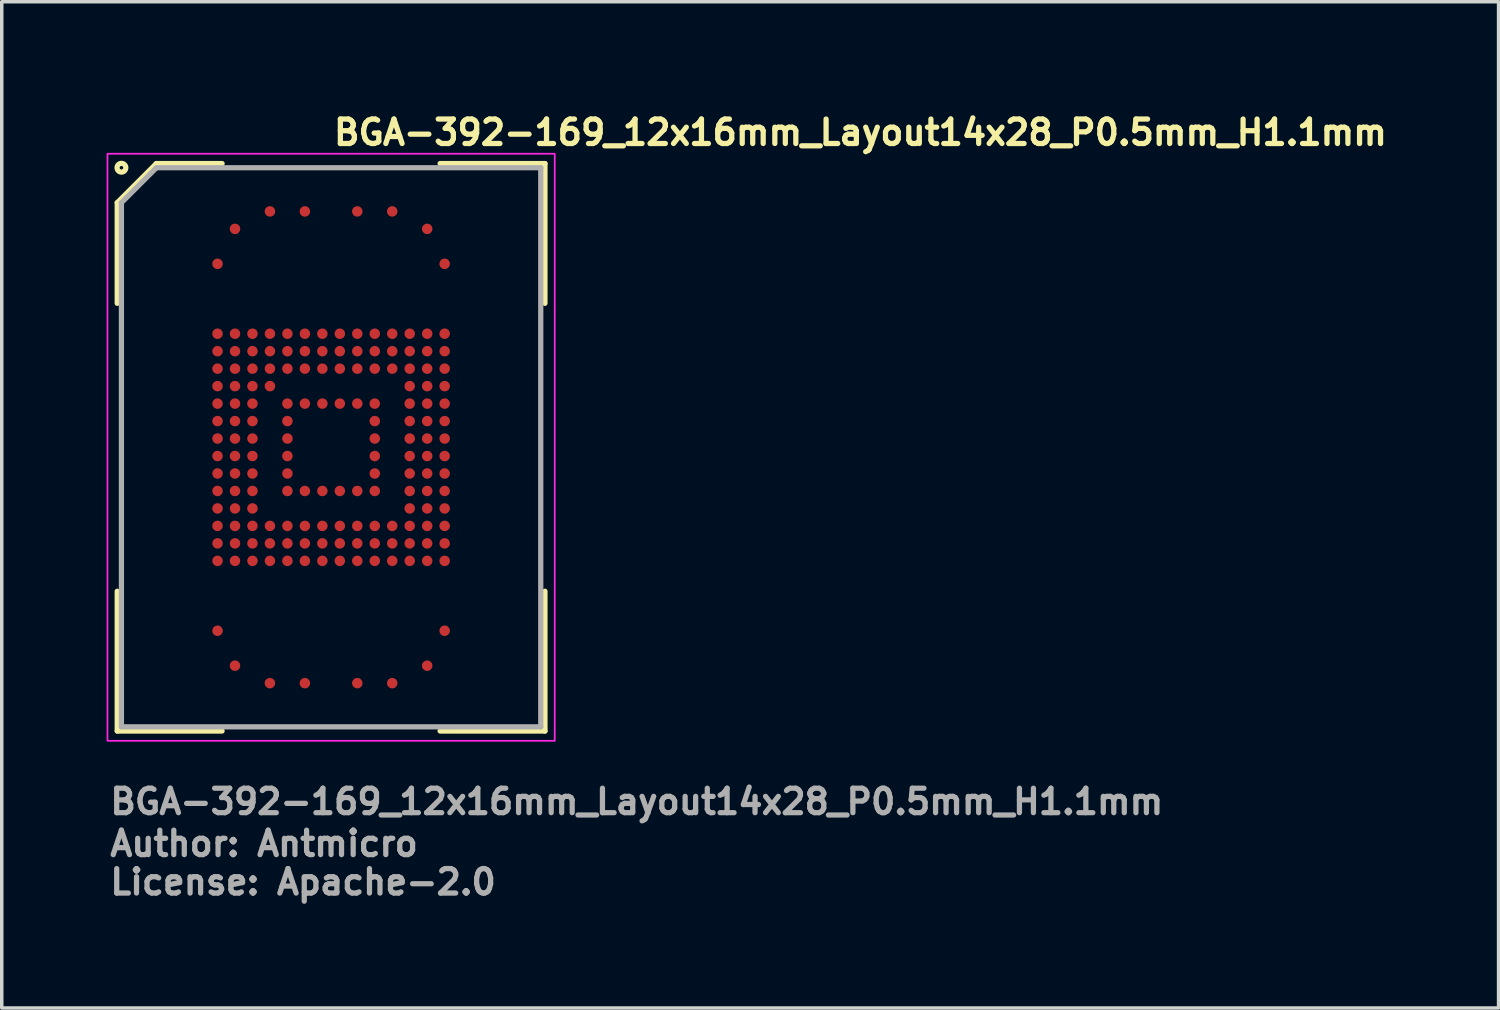
<source format=kicad_pcb>
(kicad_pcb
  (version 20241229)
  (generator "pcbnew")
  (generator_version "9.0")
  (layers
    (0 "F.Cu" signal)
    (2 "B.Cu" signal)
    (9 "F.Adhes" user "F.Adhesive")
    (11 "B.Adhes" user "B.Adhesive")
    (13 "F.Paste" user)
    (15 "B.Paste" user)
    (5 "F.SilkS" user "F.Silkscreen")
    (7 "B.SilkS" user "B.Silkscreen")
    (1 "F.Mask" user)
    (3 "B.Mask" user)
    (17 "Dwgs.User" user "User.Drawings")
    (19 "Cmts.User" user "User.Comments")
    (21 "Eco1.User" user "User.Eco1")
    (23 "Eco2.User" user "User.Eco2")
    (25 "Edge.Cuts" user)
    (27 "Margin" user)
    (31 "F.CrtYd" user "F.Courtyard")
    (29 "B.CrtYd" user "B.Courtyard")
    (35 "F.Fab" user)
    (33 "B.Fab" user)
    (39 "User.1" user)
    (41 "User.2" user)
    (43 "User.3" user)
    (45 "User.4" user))
  (footprint "BGA-392-169_12x16mm_Layout14x28_P0.5mm_H1.1mm"
    (layer "F.Cu")
    (at 6.425 9.75)
    (property "Reference" "BGA-392-169_12x16mm_Layout14x28_P0.5mm_H1.1mm" (at 0 -8.6 0) (layer "F.SilkS") (effects (font (size 0.7 0.7) (thickness 0.15)) (justify left bottom)))
    (attr smd)
    (fp_line (start -6.12 -7) (end -6.12 -4.12) (stroke (width 0.15) (type solid)) (layer "F.SilkS"))
    (fp_line (start -6.12 8.12) (end -6.12 4.12) (stroke (width 0.15) (type solid)) (layer "F.SilkS"))
    (fp_line (start -5 -8.12) (end -6.12 -7) (stroke (width 0.15) (type solid)) (layer "F.SilkS"))
    (fp_line (start -3.12 -8.12) (end -5 -8.12) (stroke (width 0.15) (type solid)) (layer "F.SilkS"))
    (fp_line (start -3.12 8.12) (end -6.12 8.12) (stroke (width 0.15) (type solid)) (layer "F.SilkS"))
    (fp_line (start 3.12 -8.12) (end 6.12 -8.12) (stroke (width 0.15) (type solid)) (layer "F.SilkS"))
    (fp_line (start 3.12 8.12) (end 6.12 8.12) (stroke (width 0.15) (type solid)) (layer "F.SilkS"))
    (fp_line (start 6.12 -8.12) (end 6.12 -4.12) (stroke (width 0.15) (type solid)) (layer "F.SilkS"))
    (fp_line (start 6.12 8.12) (end 6.12 4.12) (stroke (width 0.15) (type solid)) (layer "F.SilkS"))
    (fp_circle (center -6 -8) (end -5.95 -8) (stroke (width 0.15) (type solid)) (fill no) (layer "F.SilkS"))
    (fp_rect (start -6.4 -8.4) (end 6.4 8.4) (stroke (width 0.05) (type solid)) (fill no) (layer "F.CrtYd"))
    (fp_line (start -6 -7) (end -6 8) (stroke (width 0.15) (type solid)) (layer "F.Fab"))
    (fp_line (start -6 8) (end 6 8) (stroke (width 0.15) (type solid)) (layer "F.Fab"))
    (fp_line (start -5 -8) (end -6 -7) (stroke (width 0.15) (type solid)) (layer "F.Fab"))
    (fp_line (start 6 -8) (end -5 -8) (stroke (width 0.15) (type solid)) (layer "F.Fab"))
    (fp_line (start 6 8) (end 6 -8) (stroke (width 0.15) (type solid)) (layer "F.Fab"))
    (fp_line (start -6 -8) (end -6 8) (stroke (width 0.1) (type solid)) (layer "User.5"))
    (fp_line (start 6 -8) (end -6 -8) (stroke (width 0.1) (type solid)) (layer "User.5"))
    (fp_line (start 6 -8) (end 6 8) (stroke (width 0.1) (type solid)) (layer "User.5"))
    (fp_line (start 6 8) (end -6 8) (stroke (width 0.1) (type solid)) (layer "User.5"))
    (fp_rect (start -6 -8) (end 6 8) (stroke (width 0.1) (type solid)) (fill no) (layer "User.5"))
    (fp_line (start -6 -8) (end -6 8) (stroke (width 0.02) (type solid)) (layer "User.9"))
    (fp_line (start 6 -8) (end -6 -8) (stroke (width 0.02) (type solid)) (layer "User.9"))
    (fp_line (start 6 -8) (end 6 8) (stroke (width 0.02) (type solid)) (layer "User.9"))
    (fp_line (start 6 8) (end -6 8) (stroke (width 0.02) (type solid)) (layer "User.9"))
    (fp_text user "Author: Antmicro" (at -6.4 11.75 0) (layer "F.Fab") (effects (font (size 0.7 0.7) (thickness 0.15)) (justify left bottom)))
    (fp_text user "${REFERENCE}" (at -6.4 10.55 0) (layer "F.Fab") (effects (font (size 0.7 0.7) (thickness 0.15)) (justify left bottom)))
    (fp_text user "License: Apache-2.0" (at -6.4 12.85 0) (layer "F.Fab") (effects (font (size 0.7 0.7) (thickness 0.15)) (justify left bottom)))
    (pad "A4" smd circle (at -1.75 -6.75) (size 0.3 0.3) (layers "F.Cu" "F.Mask" "F.Paste"))
    (pad "A6" smd circle (at -0.75 -6.75) (size 0.3 0.3) (layers "F.Cu" "F.Mask" "F.Paste"))
    (pad "A9" smd circle (at 0.75 -6.75) (size 0.3 0.3) (layers "F.Cu" "F.Mask" "F.Paste"))
    (pad "A11" smd circle (at 1.75 -6.75) (size 0.3 0.3) (layers "F.Cu" "F.Mask" "F.Paste"))
    (pad "AA1" smd circle (at -3.25 3.25) (size 0.3 0.3) (layers "F.Cu" "F.Mask" "F.Paste"))
    (pad "AA2" smd circle (at -2.75 3.25) (size 0.3 0.3) (layers "F.Cu" "F.Mask" "F.Paste"))
    (pad "AA3" smd circle (at -2.25 3.25) (size 0.3 0.3) (layers "F.Cu" "F.Mask" "F.Paste"))
    (pad "AA4" smd circle (at -1.75 3.25) (size 0.3 0.3) (layers "F.Cu" "F.Mask" "F.Paste"))
    (pad "AA5" smd circle (at -1.25 3.25) (size 0.3 0.3) (layers "F.Cu" "F.Mask" "F.Paste"))
    (pad "AA6" smd circle (at -0.75 3.25) (size 0.3 0.3) (layers "F.Cu" "F.Mask" "F.Paste"))
    (pad "AA7" smd circle (at -0.25 3.25) (size 0.3 0.3) (layers "F.Cu" "F.Mask" "F.Paste"))
    (pad "AA8" smd circle (at 0.25 3.25) (size 0.3 0.3) (layers "F.Cu" "F.Mask" "F.Paste"))
    (pad "AA9" smd circle (at 0.75 3.25) (size 0.3 0.3) (layers "F.Cu" "F.Mask" "F.Paste"))
    (pad "AA10" smd circle (at 1.25 3.25) (size 0.3 0.3) (layers "F.Cu" "F.Mask" "F.Paste"))
    (pad "AA11" smd circle (at 1.75 3.25) (size 0.3 0.3) (layers "F.Cu" "F.Mask" "F.Paste"))
    (pad "AA12" smd circle (at 2.25 3.25) (size 0.3 0.3) (layers "F.Cu" "F.Mask" "F.Paste"))
    (pad "AA13" smd circle (at 2.75 3.25) (size 0.3 0.3) (layers "F.Cu" "F.Mask" "F.Paste"))
    (pad "AA14" smd circle (at 3.25 3.25) (size 0.3 0.3) (layers "F.Cu" "F.Mask" "F.Paste"))
    (pad "AE1" smd circle (at -3.25 5.25) (size 0.3 0.3) (layers "F.Cu" "F.Mask" "F.Paste"))
    (pad "AE14" smd circle (at 3.25 5.25) (size 0.3 0.3) (layers "F.Cu" "F.Mask" "F.Paste"))
    (pad "AG2" smd circle (at -2.75 6.25) (size 0.3 0.3) (layers "F.Cu" "F.Mask" "F.Paste"))
    (pad "AG13" smd circle (at 2.75 6.25) (size 0.3 0.3) (layers "F.Cu" "F.Mask" "F.Paste"))
    (pad "AH4" smd circle (at -1.75 6.75) (size 0.3 0.3) (layers "F.Cu" "F.Mask" "F.Paste"))
    (pad "AH6" smd circle (at -0.75 6.75) (size 0.3 0.3) (layers "F.Cu" "F.Mask" "F.Paste"))
    (pad "AH9" smd circle (at 0.75 6.75) (size 0.3 0.3) (layers "F.Cu" "F.Mask" "F.Paste"))
    (pad "AH11" smd circle (at 1.75 6.75) (size 0.3 0.3) (layers "F.Cu" "F.Mask" "F.Paste"))
    (pad "B2" smd circle (at -2.75 -6.25) (size 0.3 0.3) (layers "F.Cu" "F.Mask" "F.Paste"))
    (pad "B13" smd circle (at 2.75 -6.25) (size 0.3 0.3) (layers "F.Cu" "F.Mask" "F.Paste"))
    (pad "D1" smd circle (at -3.25 -5.25) (size 0.3 0.3) (layers "F.Cu" "F.Mask" "F.Paste"))
    (pad "D14" smd circle (at 3.25 -5.25) (size 0.3 0.3) (layers "F.Cu" "F.Mask" "F.Paste"))
    (pad "H1" smd circle (at -3.25 -3.25) (size 0.3 0.3) (layers "F.Cu" "F.Mask" "F.Paste"))
    (pad "H2" smd circle (at -2.75 -3.25) (size 0.3 0.3) (layers "F.Cu" "F.Mask" "F.Paste"))
    (pad "H3" smd circle (at -2.25 -3.25) (size 0.3 0.3) (layers "F.Cu" "F.Mask" "F.Paste"))
    (pad "H4" smd circle (at -1.75 -3.25) (size 0.3 0.3) (layers "F.Cu" "F.Mask" "F.Paste"))
    (pad "H5" smd circle (at -1.25 -3.25) (size 0.3 0.3) (layers "F.Cu" "F.Mask" "F.Paste"))
    (pad "H6" smd circle (at -0.75 -3.25) (size 0.3 0.3) (layers "F.Cu" "F.Mask" "F.Paste"))
    (pad "H7" smd circle (at -0.25 -3.25) (size 0.3 0.3) (layers "F.Cu" "F.Mask" "F.Paste"))
    (pad "H8" smd circle (at 0.25 -3.25) (size 0.3 0.3) (layers "F.Cu" "F.Mask" "F.Paste"))
    (pad "H9" smd circle (at 0.75 -3.25) (size 0.3 0.3) (layers "F.Cu" "F.Mask" "F.Paste"))
    (pad "H10" smd circle (at 1.25 -3.25) (size 0.3 0.3) (layers "F.Cu" "F.Mask" "F.Paste"))
    (pad "H11" smd circle (at 1.75 -3.25) (size 0.3 0.3) (layers "F.Cu" "F.Mask" "F.Paste"))
    (pad "H12" smd circle (at 2.25 -3.25) (size 0.3 0.3) (layers "F.Cu" "F.Mask" "F.Paste"))
    (pad "H13" smd circle (at 2.75 -3.25) (size 0.3 0.3) (layers "F.Cu" "F.Mask" "F.Paste"))
    (pad "H14" smd circle (at 3.25 -3.25) (size 0.3 0.3) (layers "F.Cu" "F.Mask" "F.Paste"))
    (pad "J1" smd circle (at -3.25 -2.75) (size 0.3 0.3) (layers "F.Cu" "F.Mask" "F.Paste"))
    (pad "J2" smd circle (at -2.75 -2.75) (size 0.3 0.3) (layers "F.Cu" "F.Mask" "F.Paste"))
    (pad "J3" smd circle (at -2.25 -2.75) (size 0.3 0.3) (layers "F.Cu" "F.Mask" "F.Paste"))
    (pad "J4" smd circle (at -1.75 -2.75) (size 0.3 0.3) (layers "F.Cu" "F.Mask" "F.Paste"))
    (pad "J5" smd circle (at -1.25 -2.75) (size 0.3 0.3) (layers "F.Cu" "F.Mask" "F.Paste"))
    (pad "J6" smd circle (at -0.75 -2.75) (size 0.3 0.3) (layers "F.Cu" "F.Mask" "F.Paste"))
    (pad "J7" smd circle (at -0.25 -2.75) (size 0.3 0.3) (layers "F.Cu" "F.Mask" "F.Paste"))
    (pad "J8" smd circle (at 0.25 -2.75) (size 0.3 0.3) (layers "F.Cu" "F.Mask" "F.Paste"))
    (pad "J9" smd circle (at 0.75 -2.75) (size 0.3 0.3) (layers "F.Cu" "F.Mask" "F.Paste"))
    (pad "J10" smd circle (at 1.25 -2.75) (size 0.3 0.3) (layers "F.Cu" "F.Mask" "F.Paste"))
    (pad "J11" smd circle (at 1.75 -2.75) (size 0.3 0.3) (layers "F.Cu" "F.Mask" "F.Paste"))
    (pad "J12" smd circle (at 2.25 -2.75) (size 0.3 0.3) (layers "F.Cu" "F.Mask" "F.Paste"))
    (pad "J13" smd circle (at 2.75 -2.75) (size 0.3 0.3) (layers "F.Cu" "F.Mask" "F.Paste"))
    (pad "J14" smd circle (at 3.25 -2.75) (size 0.3 0.3) (layers "F.Cu" "F.Mask" "F.Paste"))
    (pad "K1" smd circle (at -3.25 -2.25) (size 0.3 0.3) (layers "F.Cu" "F.Mask" "F.Paste"))
    (pad "K2" smd circle (at -2.75 -2.25) (size 0.3 0.3) (layers "F.Cu" "F.Mask" "F.Paste"))
    (pad "K3" smd circle (at -2.25 -2.25) (size 0.3 0.3) (layers "F.Cu" "F.Mask" "F.Paste"))
    (pad "K4" smd circle (at -1.75 -2.25) (size 0.3 0.3) (layers "F.Cu" "F.Mask" "F.Paste"))
    (pad "K5" smd circle (at -1.25 -2.25) (size 0.3 0.3) (layers "F.Cu" "F.Mask" "F.Paste"))
    (pad "K6" smd circle (at -0.75 -2.25) (size 0.3 0.3) (layers "F.Cu" "F.Mask" "F.Paste"))
    (pad "K7" smd circle (at -0.25 -2.25) (size 0.3 0.3) (layers "F.Cu" "F.Mask" "F.Paste"))
    (pad "K8" smd circle (at 0.25 -2.25) (size 0.3 0.3) (layers "F.Cu" "F.Mask" "F.Paste"))
    (pad "K9" smd circle (at 0.75 -2.25) (size 0.3 0.3) (layers "F.Cu" "F.Mask" "F.Paste"))
    (pad "K10" smd circle (at 1.25 -2.25) (size 0.3 0.3) (layers "F.Cu" "F.Mask" "F.Paste"))
    (pad "K11" smd circle (at 1.75 -2.25) (size 0.3 0.3) (layers "F.Cu" "F.Mask" "F.Paste"))
    (pad "K12" smd circle (at 2.25 -2.25) (size 0.3 0.3) (layers "F.Cu" "F.Mask" "F.Paste"))
    (pad "K13" smd circle (at 2.75 -2.25) (size 0.3 0.3) (layers "F.Cu" "F.Mask" "F.Paste"))
    (pad "K14" smd circle (at 3.25 -2.25) (size 0.3 0.3) (layers "F.Cu" "F.Mask" "F.Paste"))
    (pad "L1" smd circle (at -3.25 -1.75) (size 0.3 0.3) (layers "F.Cu" "F.Mask" "F.Paste"))
    (pad "L2" smd circle (at -2.75 -1.75) (size 0.3 0.3) (layers "F.Cu" "F.Mask" "F.Paste"))
    (pad "L3" smd circle (at -2.25 -1.75) (size 0.3 0.3) (layers "F.Cu" "F.Mask" "F.Paste"))
    (pad "L4" smd circle (at -1.75 -1.75) (size 0.3 0.3) (layers "F.Cu" "F.Mask" "F.Paste"))
    (pad "L12" smd circle (at 2.25 -1.75) (size 0.3 0.3) (layers "F.Cu" "F.Mask" "F.Paste"))
    (pad "L13" smd circle (at 2.75 -1.75) (size 0.3 0.3) (layers "F.Cu" "F.Mask" "F.Paste"))
    (pad "L14" smd circle (at 3.25 -1.75) (size 0.3 0.3) (layers "F.Cu" "F.Mask" "F.Paste"))
    (pad "M1" smd circle (at -3.25 -1.25) (size 0.3 0.3) (layers "F.Cu" "F.Mask" "F.Paste"))
    (pad "M2" smd circle (at -2.75 -1.25) (size 0.3 0.3) (layers "F.Cu" "F.Mask" "F.Paste"))
    (pad "M3" smd circle (at -2.25 -1.25) (size 0.3 0.3) (layers "F.Cu" "F.Mask" "F.Paste"))
    (pad "M5" smd circle (at -1.25 -1.25) (size 0.3 0.3) (layers "F.Cu" "F.Mask" "F.Paste"))
    (pad "M6" smd circle (at -0.75 -1.25) (size 0.3 0.3) (layers "F.Cu" "F.Mask" "F.Paste"))
    (pad "M7" smd circle (at -0.25 -1.25) (size 0.3 0.3) (layers "F.Cu" "F.Mask" "F.Paste"))
    (pad "M8" smd circle (at 0.25 -1.25) (size 0.3 0.3) (layers "F.Cu" "F.Mask" "F.Paste"))
    (pad "M9" smd circle (at 0.75 -1.25) (size 0.3 0.3) (layers "F.Cu" "F.Mask" "F.Paste"))
    (pad "M10" smd circle (at 1.25 -1.25) (size 0.3 0.3) (layers "F.Cu" "F.Mask" "F.Paste"))
    (pad "M12" smd circle (at 2.25 -1.25) (size 0.3 0.3) (layers "F.Cu" "F.Mask" "F.Paste"))
    (pad "M13" smd circle (at 2.75 -1.25) (size 0.3 0.3) (layers "F.Cu" "F.Mask" "F.Paste"))
    (pad "M14" smd circle (at 3.25 -1.25) (size 0.3 0.3) (layers "F.Cu" "F.Mask" "F.Paste"))
    (pad "N1" smd circle (at -3.25 -0.75) (size 0.3 0.3) (layers "F.Cu" "F.Mask" "F.Paste"))
    (pad "N2" smd circle (at -2.75 -0.75) (size 0.3 0.3) (layers "F.Cu" "F.Mask" "F.Paste"))
    (pad "N3" smd circle (at -2.25 -0.75) (size 0.3 0.3) (layers "F.Cu" "F.Mask" "F.Paste"))
    (pad "N5" smd circle (at -1.25 -0.75) (size 0.3 0.3) (layers "F.Cu" "F.Mask" "F.Paste"))
    (pad "N10" smd circle (at 1.25 -0.75) (size 0.3 0.3) (layers "F.Cu" "F.Mask" "F.Paste"))
    (pad "N12" smd circle (at 2.25 -0.75) (size 0.3 0.3) (layers "F.Cu" "F.Mask" "F.Paste"))
    (pad "N13" smd circle (at 2.75 -0.75) (size 0.3 0.3) (layers "F.Cu" "F.Mask" "F.Paste"))
    (pad "N14" smd circle (at 3.25 -0.75) (size 0.3 0.3) (layers "F.Cu" "F.Mask" "F.Paste"))
    (pad "P1" smd circle (at -3.25 -0.25) (size 0.3 0.3) (layers "F.Cu" "F.Mask" "F.Paste"))
    (pad "P2" smd circle (at -2.75 -0.25) (size 0.3 0.3) (layers "F.Cu" "F.Mask" "F.Paste"))
    (pad "P3" smd circle (at -2.25 -0.25) (size 0.3 0.3) (layers "F.Cu" "F.Mask" "F.Paste"))
    (pad "P5" smd circle (at -1.25 -0.25) (size 0.3 0.3) (layers "F.Cu" "F.Mask" "F.Paste"))
    (pad "P10" smd circle (at 1.25 -0.25) (size 0.3 0.3) (layers "F.Cu" "F.Mask" "F.Paste"))
    (pad "P12" smd circle (at 2.25 -0.25) (size 0.3 0.3) (layers "F.Cu" "F.Mask" "F.Paste"))
    (pad "P13" smd circle (at 2.75 -0.25) (size 0.3 0.3) (layers "F.Cu" "F.Mask" "F.Paste"))
    (pad "P14" smd circle (at 3.25 -0.25) (size 0.3 0.3) (layers "F.Cu" "F.Mask" "F.Paste"))
    (pad "R1" smd circle (at -3.25 0.25) (size 0.3 0.3) (layers "F.Cu" "F.Mask" "F.Paste"))
    (pad "R2" smd circle (at -2.75 0.25) (size 0.3 0.3) (layers "F.Cu" "F.Mask" "F.Paste"))
    (pad "R3" smd circle (at -2.25 0.25) (size 0.3 0.3) (layers "F.Cu" "F.Mask" "F.Paste"))
    (pad "R5" smd circle (at -1.25 0.25) (size 0.3 0.3) (layers "F.Cu" "F.Mask" "F.Paste"))
    (pad "R10" smd circle (at 1.25 0.25) (size 0.3 0.3) (layers "F.Cu" "F.Mask" "F.Paste"))
    (pad "R12" smd circle (at 2.25 0.25) (size 0.3 0.3) (layers "F.Cu" "F.Mask" "F.Paste"))
    (pad "R13" smd circle (at 2.75 0.25) (size 0.3 0.3) (layers "F.Cu" "F.Mask" "F.Paste"))
    (pad "R14" smd circle (at 3.25 0.25) (size 0.3 0.3) (layers "F.Cu" "F.Mask" "F.Paste"))
    (pad "T1" smd circle (at -3.25 0.75) (size 0.3 0.3) (layers "F.Cu" "F.Mask" "F.Paste"))
    (pad "T2" smd circle (at -2.75 0.75) (size 0.3 0.3) (layers "F.Cu" "F.Mask" "F.Paste"))
    (pad "T3" smd circle (at -2.25 0.75) (size 0.3 0.3) (layers "F.Cu" "F.Mask" "F.Paste"))
    (pad "T5" smd circle (at -1.25 0.75) (size 0.3 0.3) (layers "F.Cu" "F.Mask" "F.Paste"))
    (pad "T10" smd circle (at 1.25 0.75) (size 0.3 0.3) (layers "F.Cu" "F.Mask" "F.Paste"))
    (pad "T12" smd circle (at 2.25 0.75) (size 0.3 0.3) (layers "F.Cu" "F.Mask" "F.Paste"))
    (pad "T13" smd circle (at 2.75 0.75) (size 0.3 0.3) (layers "F.Cu" "F.Mask" "F.Paste"))
    (pad "T14" smd circle (at 3.25 0.75) (size 0.3 0.3) (layers "F.Cu" "F.Mask" "F.Paste"))
    (pad "U1" smd circle (at -3.25 1.25) (size 0.3 0.3) (layers "F.Cu" "F.Mask" "F.Paste"))
    (pad "U2" smd circle (at -2.75 1.25) (size 0.3 0.3) (layers "F.Cu" "F.Mask" "F.Paste"))
    (pad "U3" smd circle (at -2.25 1.25) (size 0.3 0.3) (layers "F.Cu" "F.Mask" "F.Paste"))
    (pad "U5" smd circle (at -1.25 1.25) (size 0.3 0.3) (layers "F.Cu" "F.Mask" "F.Paste"))
    (pad "U6" smd circle (at -0.75 1.25) (size 0.3 0.3) (layers "F.Cu" "F.Mask" "F.Paste"))
    (pad "U7" smd circle (at -0.25 1.25) (size 0.3 0.3) (layers "F.Cu" "F.Mask" "F.Paste"))
    (pad "U8" smd circle (at 0.25 1.25) (size 0.3 0.3) (layers "F.Cu" "F.Mask" "F.Paste"))
    (pad "U9" smd circle (at 0.75 1.25) (size 0.3 0.3) (layers "F.Cu" "F.Mask" "F.Paste"))
    (pad "U10" smd circle (at 1.25 1.25) (size 0.3 0.3) (layers "F.Cu" "F.Mask" "F.Paste"))
    (pad "U12" smd circle (at 2.25 1.25) (size 0.3 0.3) (layers "F.Cu" "F.Mask" "F.Paste"))
    (pad "U13" smd circle (at 2.75 1.25) (size 0.3 0.3) (layers "F.Cu" "F.Mask" "F.Paste"))
    (pad "U14" smd circle (at 3.25 1.25) (size 0.3 0.3) (layers "F.Cu" "F.Mask" "F.Paste"))
    (pad "V1" smd circle (at -3.25 1.75) (size 0.3 0.3) (layers "F.Cu" "F.Mask" "F.Paste"))
    (pad "V2" smd circle (at -2.75 1.75) (size 0.3 0.3) (layers "F.Cu" "F.Mask" "F.Paste"))
    (pad "V3" smd circle (at -2.25 1.75) (size 0.3 0.3) (layers "F.Cu" "F.Mask" "F.Paste"))
    (pad "V12" smd circle (at 2.25 1.75) (size 0.3 0.3) (layers "F.Cu" "F.Mask" "F.Paste"))
    (pad "V13" smd circle (at 2.75 1.75) (size 0.3 0.3) (layers "F.Cu" "F.Mask" "F.Paste"))
    (pad "V14" smd circle (at 3.25 1.75) (size 0.3 0.3) (layers "F.Cu" "F.Mask" "F.Paste"))
    (pad "W1" smd circle (at -3.25 2.25) (size 0.3 0.3) (layers "F.Cu" "F.Mask" "F.Paste"))
    (pad "W2" smd circle (at -2.75 2.25) (size 0.3 0.3) (layers "F.Cu" "F.Mask" "F.Paste"))
    (pad "W3" smd circle (at -2.25 2.25) (size 0.3 0.3) (layers "F.Cu" "F.Mask" "F.Paste"))
    (pad "W4" smd circle (at -1.75 2.25) (size 0.3 0.3) (layers "F.Cu" "F.Mask" "F.Paste"))
    (pad "W5" smd circle (at -1.25 2.25) (size 0.3 0.3) (layers "F.Cu" "F.Mask" "F.Paste"))
    (pad "W6" smd circle (at -0.75 2.25) (size 0.3 0.3) (layers "F.Cu" "F.Mask" "F.Paste"))
    (pad "W7" smd circle (at -0.25 2.25) (size 0.3 0.3) (layers "F.Cu" "F.Mask" "F.Paste"))
    (pad "W8" smd circle (at 0.25 2.25) (size 0.3 0.3) (layers "F.Cu" "F.Mask" "F.Paste"))
    (pad "W9" smd circle (at 0.75 2.25) (size 0.3 0.3) (layers "F.Cu" "F.Mask" "F.Paste"))
    (pad "W10" smd circle (at 1.25 2.25) (size 0.3 0.3) (layers "F.Cu" "F.Mask" "F.Paste"))
    (pad "W11" smd circle (at 1.75 2.25) (size 0.3 0.3) (layers "F.Cu" "F.Mask" "F.Paste"))
    (pad "W12" smd circle (at 2.25 2.25) (size 0.3 0.3) (layers "F.Cu" "F.Mask" "F.Paste"))
    (pad "W13" smd circle (at 2.75 2.25) (size 0.3 0.3) (layers "F.Cu" "F.Mask" "F.Paste"))
    (pad "W14" smd circle (at 3.25 2.25) (size 0.3 0.3) (layers "F.Cu" "F.Mask" "F.Paste"))
    (pad "Y1" smd circle (at -3.25 2.75) (size 0.3 0.3) (layers "F.Cu" "F.Mask" "F.Paste"))
    (pad "Y2" smd circle (at -2.75 2.75) (size 0.3 0.3) (layers "F.Cu" "F.Mask" "F.Paste"))
    (pad "Y3" smd circle (at -2.25 2.75) (size 0.3 0.3) (layers "F.Cu" "F.Mask" "F.Paste"))
    (pad "Y4" smd circle (at -1.75 2.75) (size 0.3 0.3) (layers "F.Cu" "F.Mask" "F.Paste"))
    (pad "Y5" smd circle (at -1.25 2.75) (size 0.3 0.3) (layers "F.Cu" "F.Mask" "F.Paste"))
    (pad "Y6" smd circle (at -0.75 2.75) (size 0.3 0.3) (layers "F.Cu" "F.Mask" "F.Paste"))
    (pad "Y7" smd circle (at -0.25 2.75) (size 0.3 0.3) (layers "F.Cu" "F.Mask" "F.Paste"))
    (pad "Y8" smd circle (at 0.25 2.75) (size 0.3 0.3) (layers "F.Cu" "F.Mask" "F.Paste"))
    (pad "Y9" smd circle (at 0.75 2.75) (size 0.3 0.3) (layers "F.Cu" "F.Mask" "F.Paste"))
    (pad "Y10" smd circle (at 1.25 2.75) (size 0.3 0.3) (layers "F.Cu" "F.Mask" "F.Paste"))
    (pad "Y11" smd circle (at 1.75 2.75) (size 0.3 0.3) (layers "F.Cu" "F.Mask" "F.Paste"))
    (pad "Y12" smd circle (at 2.25 2.75) (size 0.3 0.3) (layers "F.Cu" "F.Mask" "F.Paste"))
    (pad "Y13" smd circle (at 2.75 2.75) (size 0.3 0.3) (layers "F.Cu" "F.Mask" "F.Paste"))
    (pad "Y14" smd circle (at 3.25 2.75) (size 0.3 0.3) (layers "F.Cu" "F.Mask" "F.Paste")))
  (gr_rect
    (start -3 -3)
    (end 39.835 25.796)
    (stroke (width 0.1) (type default))
    (fill no)
    (layer "Edge.Cuts")))
</source>
